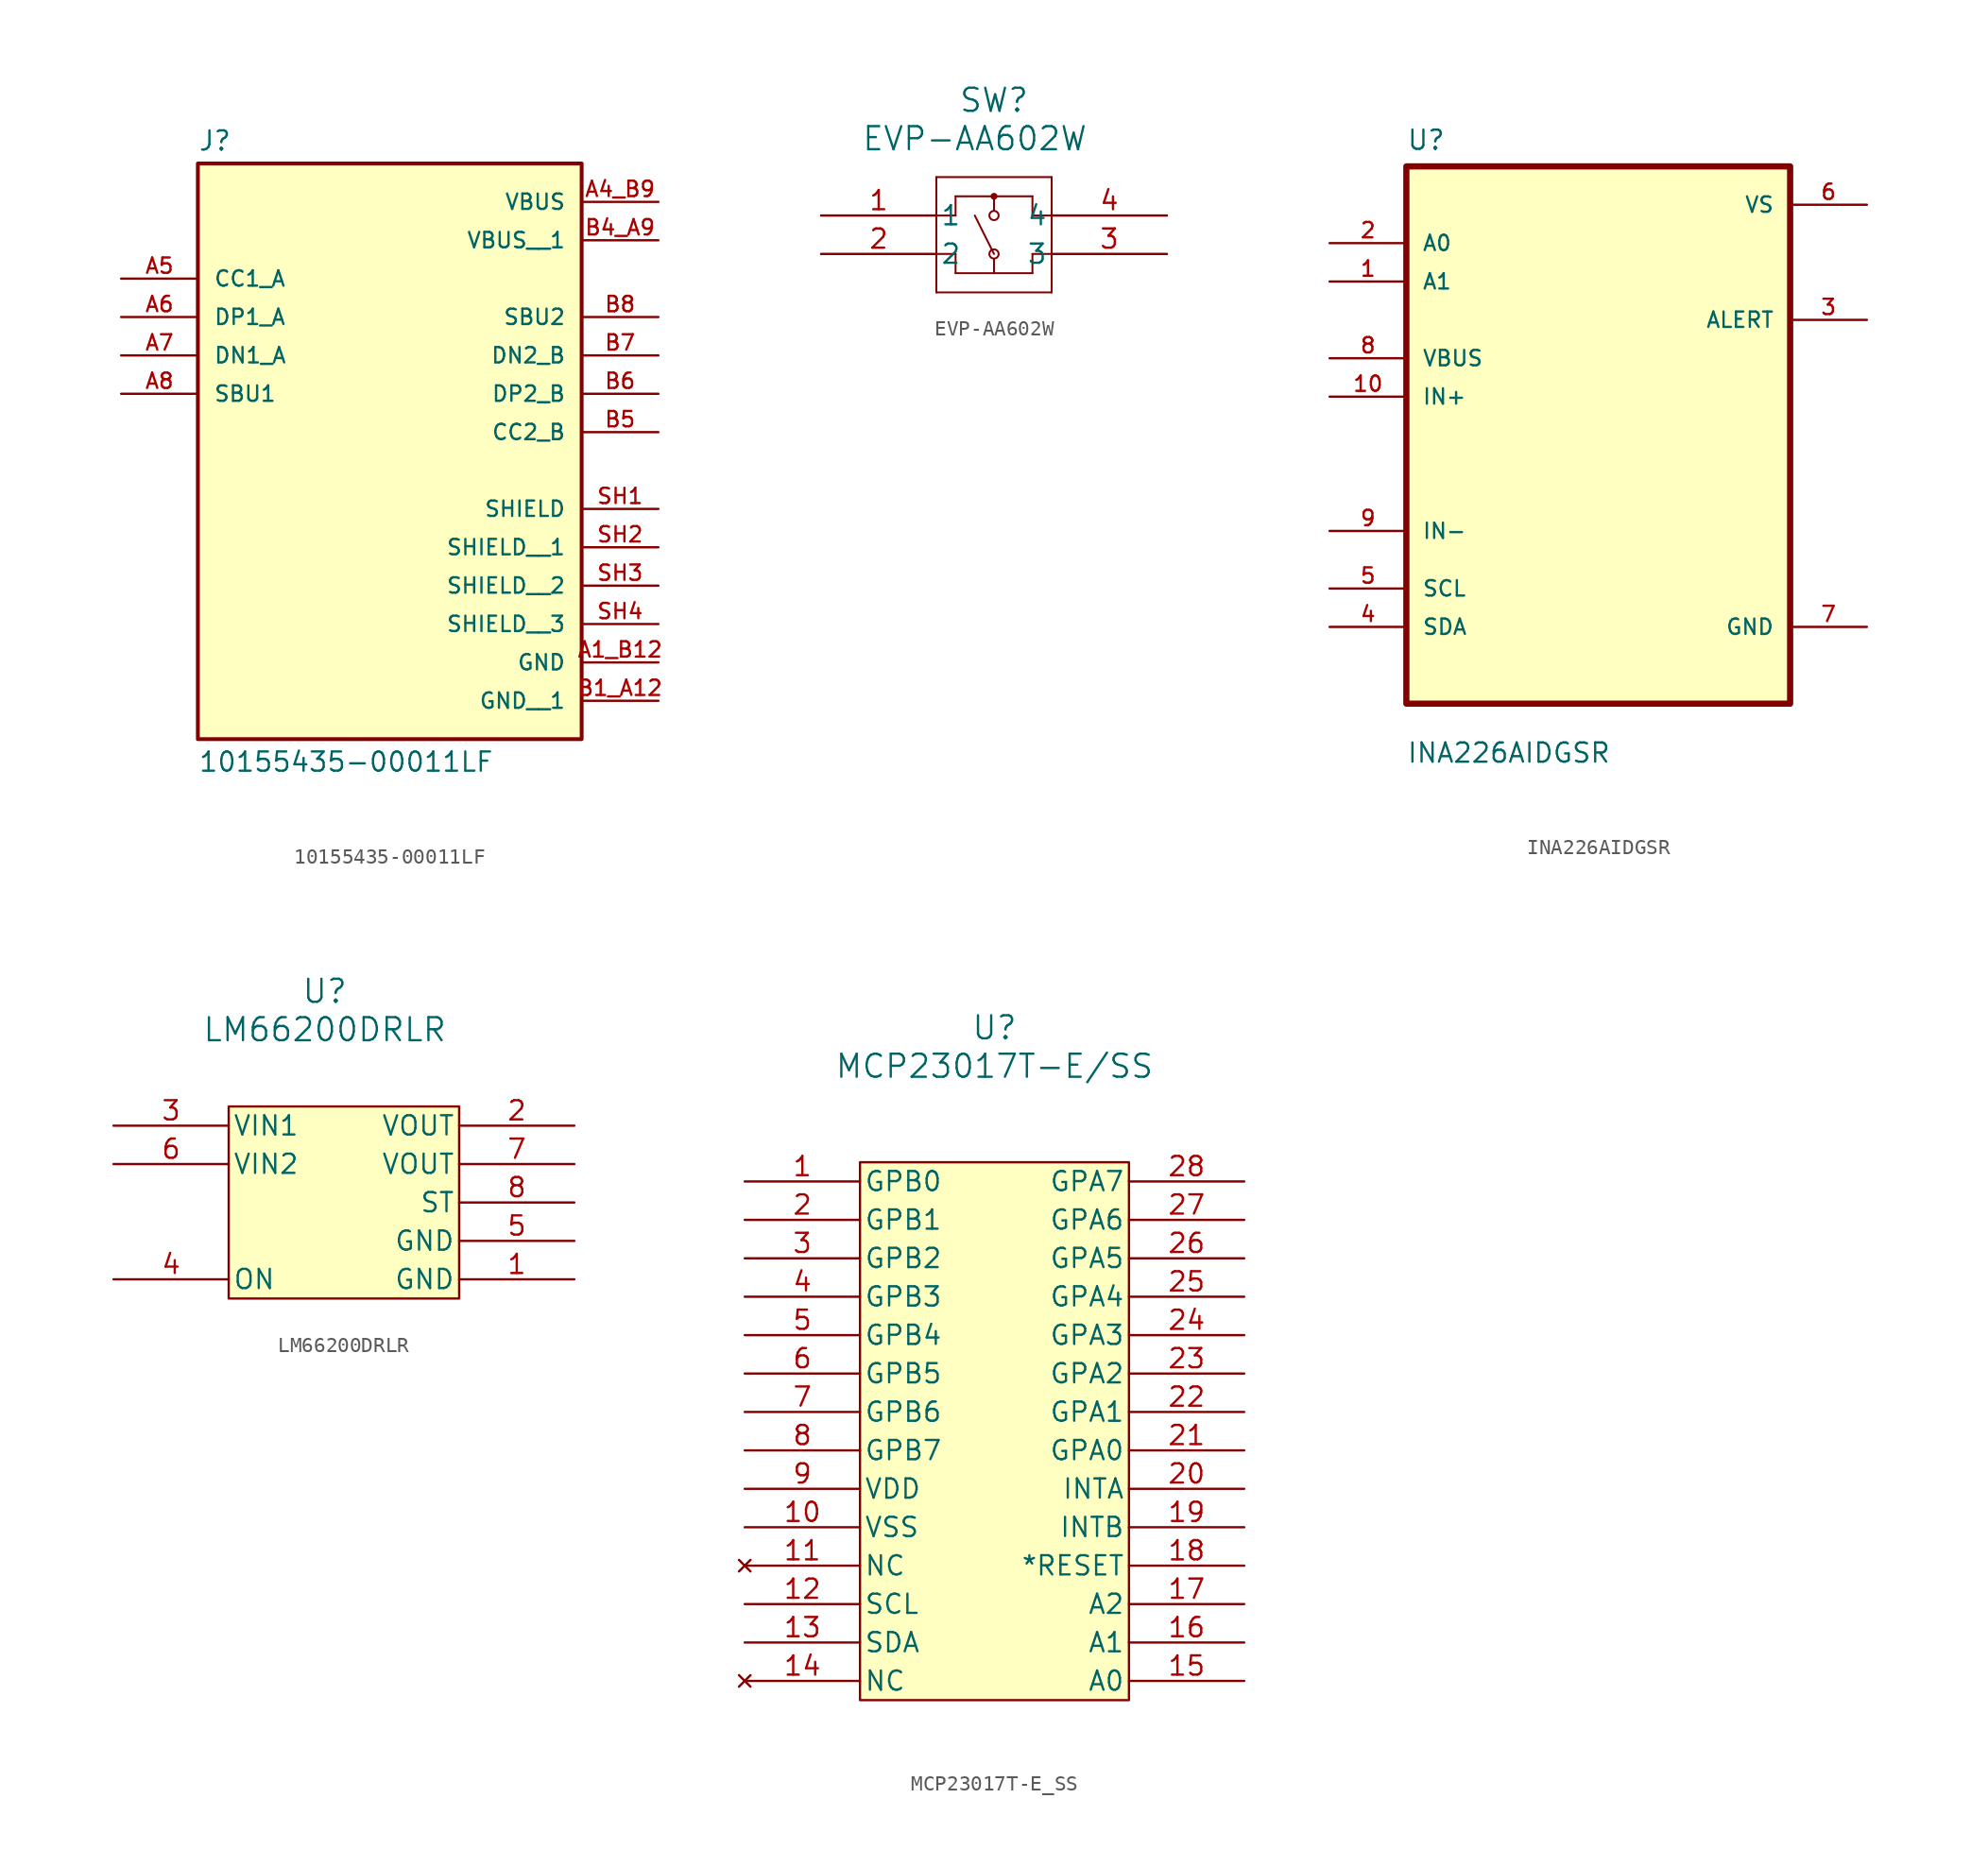
<source format=kicad_sym>
(kicad_symbol_lib
  (version 20241209)
  (generator "kicad_symbol_editor")
  (generator_version "9.0")
  (symbol "10155435-00011LF"
    (pin_names
      (offset 1.016))
    (property "Reference" "J"
      (at -12.7 13.462 0)
      (effects (font (size 1.27 1.27)) (justify left bottom)))
    (property "Value" "10155435-00011LF"
      (at -12.7 -26.162 0)
      (effects (font (size 1.27 1.27)) (justify left top)))
    (symbol "10155435-00011LF_0_0"
      (rectangle (start -12.7 -25.4) (end 12.7 12.7) (stroke (width 0.254) (type default)) (fill (type background)))
      (pin bidirectional line (at -17.78 5.08 0) (length 5.08) (name "CC1_A" (effects (font (size 1.016 1.016)))) (number "A5" (effects (font (size 1.016 1.016)))))
      (pin bidirectional line (at -17.78 2.54 0) (length 5.08) (name "DP1_A" (effects (font (size 1.016 1.016)))) (number "A6" (effects (font (size 1.016 1.016)))))
      (pin bidirectional line (at -17.78 0 0) (length 5.08) (name "DN1_A" (effects (font (size 1.016 1.016)))) (number "A7" (effects (font (size 1.016 1.016)))))
      (pin bidirectional line (at -17.78 -2.54 0) (length 5.08) (name "SBU1" (effects (font (size 1.016 1.016)))) (number "A8" (effects (font (size 1.016 1.016)))))
      (pin power_in line (at 17.78 10.16 180) (length 5.08) (name "VBUS" (effects (font (size 1.016 1.016)))) (number "A4_B9" (effects (font (size 1.016 1.016)))))
      (pin power_in line (at 17.78 7.62 180) (length 5.08) (name "VBUS__1" (effects (font (size 1.016 1.016)))) (number "B4_A9" (effects (font (size 1.016 1.016)))))
      (pin bidirectional line (at 17.78 2.54 180) (length 5.08) (name "SBU2" (effects (font (size 1.016 1.016)))) (number "B8" (effects (font (size 1.016 1.016)))))
      (pin bidirectional line (at 17.78 0 180) (length 5.08) (name "DN2_B" (effects (font (size 1.016 1.016)))) (number "B7" (effects (font (size 1.016 1.016)))))
      (pin bidirectional line (at 17.78 -2.54 180) (length 5.08) (name "DP2_B" (effects (font (size 1.016 1.016)))) (number "B6" (effects (font (size 1.016 1.016)))))
      (pin bidirectional line (at 17.78 -5.08 180) (length 5.08) (name "CC2_B" (effects (font (size 1.016 1.016)))) (number "B5" (effects (font (size 1.016 1.016)))))
      (pin passive line (at 17.78 -10.16 180) (length 5.08) (name "SHIELD" (effects (font (size 1.016 1.016)))) (number "SH1" (effects (font (size 1.016 1.016)))))
      (pin passive line (at 17.78 -12.7 180) (length 5.08) (name "SHIELD__1" (effects (font (size 1.016 1.016)))) (number "SH2" (effects (font (size 1.016 1.016)))))
      (pin passive line (at 17.78 -15.24 180) (length 5.08) (name "SHIELD__2" (effects (font (size 1.016 1.016)))) (number "SH3" (effects (font (size 1.016 1.016)))))
      (pin passive line (at 17.78 -17.78 180) (length 5.08) (name "SHIELD__3" (effects (font (size 1.016 1.016)))) (number "SH4" (effects (font (size 1.016 1.016)))))
      (pin power_in line (at 17.78 -20.32 180) (length 5.08) (name "GND" (effects (font (size 1.016 1.016)))) (number "A1_B12" (effects (font (size 1.016 1.016)))))
      (pin power_in line (at 17.78 -22.86 180) (length 5.08) (name "GND__1" (effects (font (size 1.016 1.016)))) (number "B1_A12" (effects (font (size 1.016 1.016)))))))
  (symbol "EVP-AA602W"
    (pin_names
      (offset 0.254))
    (property "Reference" "SW"
      (at 11.43 7.62 0)
      (effects (font (size 1.524 1.524))))
    (property "Value" "EVP-AA602W"
      (at 10.16 5.08 0)
      (effects (font (size 1.524 1.524))))
    (property "ki_locked" ""
      (at 0 0 0)
      (effects (font (size 1.27 1.27))))
    (symbol "EVP-AA602W_0_1"
      (polyline (pts (xy 7.62 2.54) (xy 7.62 -5.08)) (stroke (width 0.127) (type default)) (fill (type none)))
      (polyline (pts (xy 7.62 0) (xy 8.89 0)) (stroke (width 0.127) (type default)) (fill (type none)))
      (polyline (pts (xy 7.62 -2.54) (xy 8.89 -2.54)) (stroke (width 0.127) (type default)) (fill (type none)))
      (polyline (pts (xy 7.62 -5.08) (xy 15.24 -5.08)) (stroke (width 0.127) (type default)) (fill (type none)))
      (polyline (pts (xy 8.89 1.27) (xy 8.89 0)) (stroke (width 0.127) (type default)) (fill (type none)))
      (polyline (pts (xy 8.89 -2.54) (xy 8.89 -3.81)) (stroke (width 0.127) (type default)) (fill (type none)))
      (polyline (pts (xy 8.89 -3.81) (xy 13.97 -3.81)) (stroke (width 0.127) (type default)) (fill (type none)))
      (circle (center 11.43 1.27) (radius 0.127) (stroke (width 0.203) (type default)) (fill (type none)))
      (polyline (pts (xy 11.43 0.318) (xy 11.43 1.27)) (stroke (width 0.127) (type default)) (fill (type none)))
      (circle (center 11.43 0) (radius 0.305) (stroke (width 0.127) (type default)) (fill (type none)))
      (polyline (pts (xy 11.43 -2.54) (xy 10.16 0)) (stroke (width 0.127) (type default)) (fill (type none)))
      (circle (center 11.43 -2.54) (radius 0.305) (stroke (width 0.127) (type default)) (fill (type none)))
      (polyline (pts (xy 11.43 -3.81) (xy 11.43 -2.857)) (stroke (width 0.127) (type default)) (fill (type none)))
      (polyline (pts (xy 13.97 1.27) (xy 8.89 1.27)) (stroke (width 0.127) (type default)) (fill (type none)))
      (polyline (pts (xy 13.97 0) (xy 13.97 1.27)) (stroke (width 0.127) (type default)) (fill (type none)))
      (polyline (pts (xy 13.97 0) (xy 15.24 0)) (stroke (width 0.127) (type default)) (fill (type none)))
      (polyline (pts (xy 13.97 -2.54) (xy 15.24 -2.54)) (stroke (width 0.127) (type default)) (fill (type none)))
      (polyline (pts (xy 13.97 -3.81) (xy 13.97 -2.54)) (stroke (width 0.127) (type default)) (fill (type none)))
      (polyline (pts (xy 15.24 2.54) (xy 7.62 2.54)) (stroke (width 0.127) (type default)) (fill (type none)))
      (polyline (pts (xy 15.24 -5.08) (xy 15.24 2.54)) (stroke (width 0.127) (type default)) (fill (type none))))
    (symbol "EVP-AA602W_1_1"
      (pin passive line (at 0 0 0) (length 7.62) (name "1" (effects (font (size 1.27 1.27)))) (number "1" (effects (font (size 1.27 1.27)))))
      (pin passive line (at 0 -2.54 0) (length 7.62) (name "2" (effects (font (size 1.27 1.27)))) (number "2" (effects (font (size 1.27 1.27)))))
      (pin passive line (at 22.86 0 180) (length 7.62) (name "4" (effects (font (size 1.27 1.27)))) (number "4" (effects (font (size 1.27 1.27)))))
      (pin passive line (at 22.86 -2.54 180) (length 7.62) (name "3" (effects (font (size 1.27 1.27)))) (number "3" (effects (font (size 1.27 1.27)))))))
  (symbol "INA226AIDGSR"
    (pin_names
      (offset 1.016))
    (property "Reference" "U"
      (at -12.7 18.78 0)
      (effects (font (size 1.27 1.27)) (justify left bottom)))
    (property "Value" "INA226AIDGSR"
      (at -12.7 -21.78 0)
      (effects (font (size 1.27 1.27)) (justify left bottom)))
    (symbol "INA226AIDGSR_0_0"
      (rectangle (start -12.7 17.78) (end 12.7 -17.78) (stroke (width 0.41) (type default)) (fill (type background)))
      (pin input line (at -17.78 12.7 0) (length 5.08) (name "A0" (effects (font (size 1.016 1.016)))) (number "2" (effects (font (size 1.016 1.016)))))
      (pin input line (at -17.78 10.16 0) (length 5.08) (name "A1" (effects (font (size 1.016 1.016)))) (number "1" (effects (font (size 1.016 1.016)))))
      (pin power_in line (at -17.78 5.08 0) (length 5.08) (name "VBUS" (effects (font (size 1.016 1.016)))) (number "8" (effects (font (size 1.016 1.016)))))
      (pin input line (at -17.78 -10.16 0) (length 5.08) (name "SCL" (effects (font (size 1.016 1.016)))) (number "5" (effects (font (size 1.016 1.016)))))
      (pin bidirectional line (at -17.78 -12.7 0) (length 5.08) (name "SDA" (effects (font (size 1.016 1.016)))) (number "4" (effects (font (size 1.016 1.016)))))
      (pin power_in line (at 17.78 15.24 180) (length 5.08) (name "VS" (effects (font (size 1.016 1.016)))) (number "6" (effects (font (size 1.016 1.016)))))
      (pin power_in line (at 17.78 -12.7 180) (length 5.08) (name "GND" (effects (font (size 1.016 1.016)))) (number "7" (effects (font (size 1.016 1.016))))))
    (symbol "INA226AIDGSR_1_0"
      (pin power_in line (at -17.78 2.54 0) (length 5.08) (name "IN+" (effects (font (size 1.016 1.016)))) (number "10" (effects (font (size 1.016 1.016)))))
      (pin power_out line (at -17.78 -6.35 0) (length 5.08) (name "IN-" (effects (font (size 1.016 1.016)))) (number "9" (effects (font (size 1.016 1.016)))))
      (pin passive line (at 17.78 7.62 180) (length 5.08) (name "ALERT" (effects (font (size 1.016 1.016)))) (number "3" (effects (font (size 1.016 1.016)))))))
  (symbol "LM66200DRLR"
    (pin_names
      (offset 0.254))
    (property "Reference" "U"
      (at 20.32 10.16 0)
      (effects (font (size 1.524 1.524))))
    (property "Value" "LM66200DRLR"
      (at 20.32 7.62 0)
      (effects (font (size 1.524 1.524))))
    (property "ki_locked" ""
      (at 0 0 0)
      (effects (font (size 1.27 1.27))))
    (symbol "LM66200DRLR_0_1"
      (pin input line (at 6.35 1.27 0) (length 7.62) (name "VIN1" (effects (font (size 1.27 1.27)))) (number "3" (effects (font (size 1.27 1.27)))))
      (pin input line (at 6.35 -1.27 0) (length 7.62) (name "VIN2" (effects (font (size 1.27 1.27)))) (number "6" (effects (font (size 1.27 1.27)))))
      (pin input line (at 6.35 -8.89 0) (length 7.62) (name "ON" (effects (font (size 1.27 1.27)))) (number "4" (effects (font (size 1.27 1.27)))))
      (pin output line (at 36.83 -3.81 180) (length 7.62) (name "ST" (effects (font (size 1.27 1.27)))) (number "8" (effects (font (size 1.27 1.27))))))
    (symbol "LM66200DRLR_1_1"
      (rectangle (start 13.97 2.54) (end 29.21 -10.16) (stroke (width 0) (type default)) (fill (type background)))
      (pin power_out line (at 36.83 1.27 180) (length 7.62) (name "VOUT" (effects (font (size 1.27 1.27)))) (number "2" (effects (font (size 1.27 1.27)))))
      (pin input line (at 36.83 -1.27 180) (length 7.62) (name "VOUT" (effects (font (size 1.27 1.27)))) (number "7" (effects (font (size 1.27 1.27)))))
      (pin input line (at 36.83 -6.35 180) (length 7.62) (name "GND" (effects (font (size 1.27 1.27)))) (number "5" (effects (font (size 1.27 1.27)))))
      (pin power_in line (at 36.83 -8.89 180) (length 7.62) (name "GND" (effects (font (size 1.27 1.27)))) (number "1" (effects (font (size 1.27 1.27)))))))
  (symbol "MCP23017T-E_SS"
    (pin_names
      (offset 0.254))
    (property "Reference" "U"
      (at 33.02 10.16 0)
      (effects (font (size 1.524 1.524))))
    (property "Value" "MCP23017T-E/SS"
      (at 33.02 7.62 0)
      (effects (font (size 1.524 1.524))))
    (property "ki_locked" ""
      (at 0 0 0)
      (effects (font (size 1.27 1.27))))
    (symbol "MCP23017T-E_SS_1_1"
      (rectangle (start 24.13 1.27) (end 41.91 -34.29) (stroke (width 0) (type default)) (fill (type background)))
      (pin bidirectional line (at 16.51 0 0) (length 7.62) (name "GPB0" (effects (font (size 1.27 1.27)))) (number "1" (effects (font (size 1.27 1.27)))))
      (pin bidirectional line (at 16.51 -2.54 0) (length 7.62) (name "GPB1" (effects (font (size 1.27 1.27)))) (number "2" (effects (font (size 1.27 1.27)))))
      (pin bidirectional line (at 16.51 -5.08 0) (length 7.62) (name "GPB2" (effects (font (size 1.27 1.27)))) (number "3" (effects (font (size 1.27 1.27)))))
      (pin bidirectional line (at 16.51 -7.62 0) (length 7.62) (name "GPB3" (effects (font (size 1.27 1.27)))) (number "4" (effects (font (size 1.27 1.27)))))
      (pin bidirectional line (at 16.51 -10.16 0) (length 7.62) (name "GPB4" (effects (font (size 1.27 1.27)))) (number "5" (effects (font (size 1.27 1.27)))))
      (pin bidirectional line (at 16.51 -12.7 0) (length 7.62) (name "GPB5" (effects (font (size 1.27 1.27)))) (number "6" (effects (font (size 1.27 1.27)))))
      (pin bidirectional line (at 16.51 -15.24 0) (length 7.62) (name "GPB6" (effects (font (size 1.27 1.27)))) (number "7" (effects (font (size 1.27 1.27)))))
      (pin bidirectional line (at 16.51 -17.78 0) (length 7.62) (name "GPB7" (effects (font (size 1.27 1.27)))) (number "8" (effects (font (size 1.27 1.27)))))
      (pin power_in line (at 16.51 -20.32 0) (length 7.62) (name "VDD" (effects (font (size 1.27 1.27)))) (number "9" (effects (font (size 1.27 1.27)))))
      (pin power_in line (at 16.51 -22.86 0) (length 7.62) (name "VSS" (effects (font (size 1.27 1.27)))) (number "10" (effects (font (size 1.27 1.27)))))
      (pin no_connect line (at 16.51 -25.4 0) (length 7.62) (name "NC" (effects (font (size 1.27 1.27)))) (number "11" (effects (font (size 1.27 1.27)))))
      (pin bidirectional line (at 16.51 -27.94 0) (length 7.62) (name "SCL" (effects (font (size 1.27 1.27)))) (number "12" (effects (font (size 1.27 1.27)))))
      (pin bidirectional line (at 16.51 -30.48 0) (length 7.62) (name "SDA" (effects (font (size 1.27 1.27)))) (number "13" (effects (font (size 1.27 1.27)))))
      (pin no_connect line (at 16.51 -33.02 0) (length 7.62) (name "NC" (effects (font (size 1.27 1.27)))) (number "14" (effects (font (size 1.27 1.27)))))
      (pin bidirectional line (at 49.53 0 180) (length 7.62) (name "GPA7" (effects (font (size 1.27 1.27)))) (number "28" (effects (font (size 1.27 1.27)))))
      (pin bidirectional line (at 49.53 -2.54 180) (length 7.62) (name "GPA6" (effects (font (size 1.27 1.27)))) (number "27" (effects (font (size 1.27 1.27)))))
      (pin bidirectional line (at 49.53 -5.08 180) (length 7.62) (name "GPA5" (effects (font (size 1.27 1.27)))) (number "26" (effects (font (size 1.27 1.27)))))
      (pin bidirectional line (at 49.53 -7.62 180) (length 7.62) (name "GPA4" (effects (font (size 1.27 1.27)))) (number "25" (effects (font (size 1.27 1.27)))))
      (pin bidirectional line (at 49.53 -10.16 180) (length 7.62) (name "GPA3" (effects (font (size 1.27 1.27)))) (number "24" (effects (font (size 1.27 1.27)))))
      (pin bidirectional line (at 49.53 -12.7 180) (length 7.62) (name "GPA2" (effects (font (size 1.27 1.27)))) (number "23" (effects (font (size 1.27 1.27)))))
      (pin bidirectional line (at 49.53 -15.24 180) (length 7.62) (name "GPA1" (effects (font (size 1.27 1.27)))) (number "22" (effects (font (size 1.27 1.27)))))
      (pin bidirectional line (at 49.53 -17.78 180) (length 7.62) (name "GPA0" (effects (font (size 1.27 1.27)))) (number "21" (effects (font (size 1.27 1.27)))))
      (pin output line (at 49.53 -20.32 180) (length 7.62) (name "INTA" (effects (font (size 1.27 1.27)))) (number "20" (effects (font (size 1.27 1.27)))))
      (pin output line (at 49.53 -22.86 180) (length 7.62) (name "INTB" (effects (font (size 1.27 1.27)))) (number "19" (effects (font (size 1.27 1.27)))))
      (pin input line (at 49.53 -25.4 180) (length 7.62) (name "*RESET" (effects (font (size 1.27 1.27)))) (number "18" (effects (font (size 1.27 1.27)))))
      (pin passive line (at 49.53 -27.94 180) (length 7.62) (name "A2" (effects (font (size 1.27 1.27)))) (number "17" (effects (font (size 1.27 1.27)))))
      (pin passive line (at 49.53 -30.48 180) (length 7.62) (name "A1" (effects (font (size 1.27 1.27)))) (number "16" (effects (font (size 1.27 1.27)))))
      (pin passive line (at 49.53 -33.02 180) (length 7.62) (name "A0" (effects (font (size 1.27 1.27)))) (number "15" (effects (font (size 1.27 1.27))))))))
</source>
